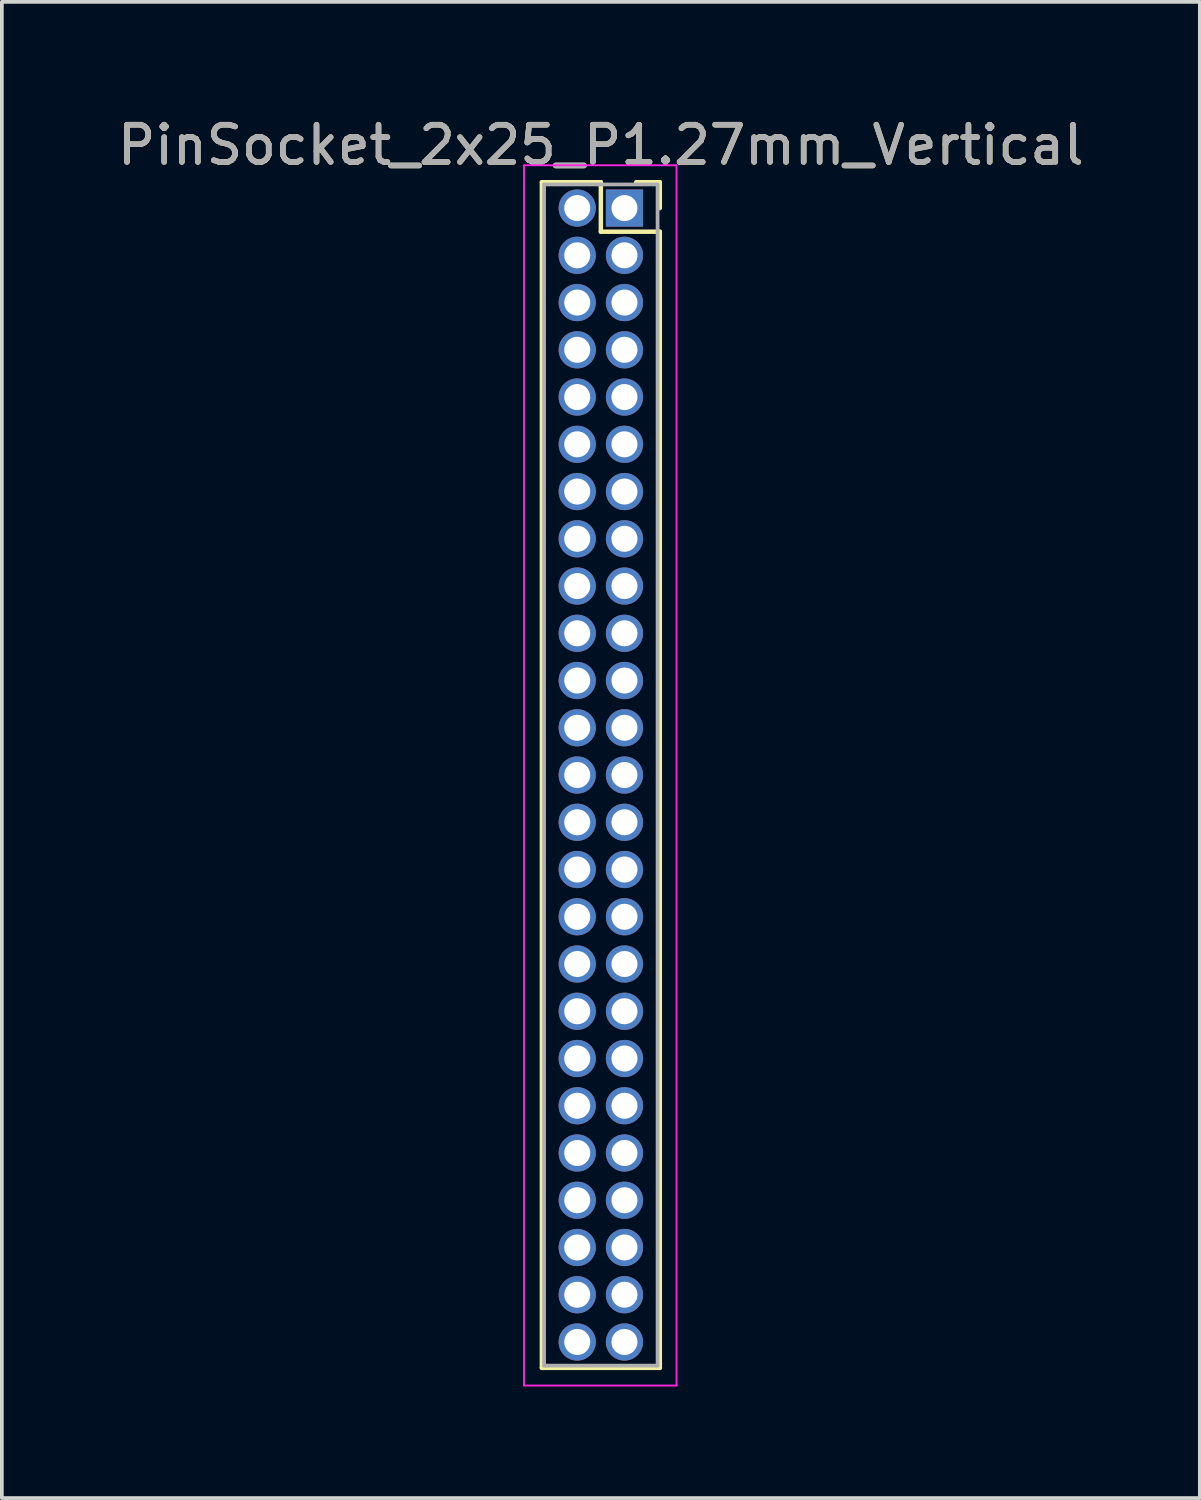
<source format=kicad_pcb>
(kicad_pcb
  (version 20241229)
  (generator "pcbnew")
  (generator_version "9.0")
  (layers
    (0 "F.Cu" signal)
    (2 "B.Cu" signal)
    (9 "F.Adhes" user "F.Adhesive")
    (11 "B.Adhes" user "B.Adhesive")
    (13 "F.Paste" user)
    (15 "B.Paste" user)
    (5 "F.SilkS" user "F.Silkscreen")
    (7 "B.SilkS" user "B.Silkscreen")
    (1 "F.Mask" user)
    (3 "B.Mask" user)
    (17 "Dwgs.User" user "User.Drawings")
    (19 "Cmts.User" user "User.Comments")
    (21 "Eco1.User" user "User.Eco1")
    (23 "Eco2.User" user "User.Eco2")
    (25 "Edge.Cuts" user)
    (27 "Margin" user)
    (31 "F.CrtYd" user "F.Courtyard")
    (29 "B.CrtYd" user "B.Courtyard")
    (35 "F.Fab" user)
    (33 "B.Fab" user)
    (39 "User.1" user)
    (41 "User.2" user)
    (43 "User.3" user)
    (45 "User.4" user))
  (footprint "PinSocket_2x25_P1.27mm_Vertical"
    (layer "F.Cu")
    (at 13.736 2.543)
    (property "Reference" "PinSocket_2x25_P1.27mm_Vertical" (at -0.635 -1.695 0) (layer "F.SilkS") (effects (font (size 1 1) (thickness 0.15))))
    (attr through_hole)
    (fp_line (start -2.22 -0.695) (end -0.635 -0.695) (stroke (width 0.12) (type solid)) (layer "F.SilkS"))
    (fp_line (start -2.22 31.175) (end -2.22 -0.695) (stroke (width 0.12) (type solid)) (layer "F.SilkS"))
    (fp_line (start -0.635 -0.695) (end -0.635 0.635) (stroke (width 0.12) (type solid)) (layer "F.SilkS"))
    (fp_line (start -0.635 0.635) (end 0.95 0.635) (stroke (width 0.12) (type solid)) (layer "F.SilkS"))
    (fp_line (start 0.95 -0.695) (end 0.315 -0.695) (stroke (width 0.12) (type solid)) (layer "F.SilkS"))
    (fp_line (start 0.95 0) (end 0.95 -0.695) (stroke (width 0.12) (type solid)) (layer "F.SilkS"))
    (fp_line (start 0.95 0.635) (end 0.95 31.175) (stroke (width 0.12) (type solid)) (layer "F.SilkS"))
    (fp_line (start 0.95 31.175) (end -2.22 31.175) (stroke (width 0.12) (type solid)) (layer "F.SilkS"))
    (fp_line (start -2.7 -1.15) (end -2.7 31.65) (stroke (width 0.05) (type solid)) (layer "F.CrtYd"))
    (fp_line (start -2.7 31.65) (end 1.4 31.65) (stroke (width 0.05) (type solid)) (layer "F.CrtYd"))
    (fp_line (start 1.4 -1.15) (end -2.7 -1.15) (stroke (width 0.05) (type solid)) (layer "F.CrtYd"))
    (fp_line (start 1.4 31.65) (end 1.4 -1.15) (stroke (width 0.05) (type solid)) (layer "F.CrtYd"))
    (fp_line (start -2.16 -0.635) (end -2.16 31.115) (stroke (width 0.1) (type solid)) (layer "F.Fab"))
    (fp_line (start -2.16 31.115) (end 0.89 31.115) (stroke (width 0.1) (type solid)) (layer "F.Fab"))
    (fp_line (start 0.89 -0.635) (end -2.16 -0.635) (stroke (width 0.1) (type solid)) (layer "F.Fab"))
    (fp_line (start 0.89 31.115) (end 0.89 -0.635) (stroke (width 0.1) (type solid)) (layer "F.Fab"))
    (fp_text user "${REFERENCE}" (at -0.635 -1.695 0) (layer "F.Fab") (effects (font (size 1 1) (thickness 0.15))))
    (pad "1" thru_hole rect (at 0 0) (size 1 1) (drill 0.7) (layers "*.Cu" "*.Mask"))
    (pad "2" thru_hole oval (at -1.27 0) (size 1 1) (drill 0.7) (layers "*.Cu" "*.Mask"))
    (pad "3" thru_hole oval (at 0 1.27) (size 1 1) (drill 0.7) (layers "*.Cu" "*.Mask"))
    (pad "4" thru_hole oval (at -1.27 1.27) (size 1 1) (drill 0.7) (layers "*.Cu" "*.Mask"))
    (pad "5" thru_hole oval (at 0 2.54) (size 1 1) (drill 0.7) (layers "*.Cu" "*.Mask"))
    (pad "6" thru_hole oval (at -1.27 2.54) (size 1 1) (drill 0.7) (layers "*.Cu" "*.Mask"))
    (pad "7" thru_hole oval (at 0 3.81) (size 1 1) (drill 0.7) (layers "*.Cu" "*.Mask"))
    (pad "8" thru_hole oval (at -1.27 3.81) (size 1 1) (drill 0.7) (layers "*.Cu" "*.Mask"))
    (pad "9" thru_hole oval (at 0 5.08) (size 1 1) (drill 0.7) (layers "*.Cu" "*.Mask"))
    (pad "10" thru_hole oval (at -1.27 5.08) (size 1 1) (drill 0.7) (layers "*.Cu" "*.Mask"))
    (pad "11" thru_hole oval (at 0 6.35) (size 1 1) (drill 0.7) (layers "*.Cu" "*.Mask"))
    (pad "12" thru_hole oval (at -1.27 6.35) (size 1 1) (drill 0.7) (layers "*.Cu" "*.Mask"))
    (pad "13" thru_hole oval (at 0 7.62) (size 1 1) (drill 0.7) (layers "*.Cu" "*.Mask"))
    (pad "14" thru_hole oval (at -1.27 7.62) (size 1 1) (drill 0.7) (layers "*.Cu" "*.Mask"))
    (pad "15" thru_hole oval (at 0 8.89) (size 1 1) (drill 0.7) (layers "*.Cu" "*.Mask"))
    (pad "16" thru_hole oval (at -1.27 8.89) (size 1 1) (drill 0.7) (layers "*.Cu" "*.Mask"))
    (pad "17" thru_hole oval (at 0 10.16) (size 1 1) (drill 0.7) (layers "*.Cu" "*.Mask"))
    (pad "18" thru_hole oval (at -1.27 10.16) (size 1 1) (drill 0.7) (layers "*.Cu" "*.Mask"))
    (pad "19" thru_hole oval (at 0 11.43) (size 1 1) (drill 0.7) (layers "*.Cu" "*.Mask"))
    (pad "20" thru_hole oval (at -1.27 11.43) (size 1 1) (drill 0.7) (layers "*.Cu" "*.Mask"))
    (pad "21" thru_hole oval (at 0 12.7) (size 1 1) (drill 0.7) (layers "*.Cu" "*.Mask"))
    (pad "22" thru_hole oval (at -1.27 12.7) (size 1 1) (drill 0.7) (layers "*.Cu" "*.Mask"))
    (pad "23" thru_hole oval (at 0 13.97) (size 1 1) (drill 0.7) (layers "*.Cu" "*.Mask"))
    (pad "24" thru_hole oval (at -1.27 13.97) (size 1 1) (drill 0.7) (layers "*.Cu" "*.Mask"))
    (pad "25" thru_hole oval (at 0 15.24) (size 1 1) (drill 0.7) (layers "*.Cu" "*.Mask"))
    (pad "26" thru_hole oval (at -1.27 15.24) (size 1 1) (drill 0.7) (layers "*.Cu" "*.Mask"))
    (pad "27" thru_hole oval (at 0 16.51) (size 1 1) (drill 0.7) (layers "*.Cu" "*.Mask"))
    (pad "28" thru_hole oval (at -1.27 16.51) (size 1 1) (drill 0.7) (layers "*.Cu" "*.Mask"))
    (pad "29" thru_hole oval (at 0 17.78) (size 1 1) (drill 0.7) (layers "*.Cu" "*.Mask"))
    (pad "30" thru_hole oval (at -1.27 17.78) (size 1 1) (drill 0.7) (layers "*.Cu" "*.Mask"))
    (pad "31" thru_hole oval (at 0 19.05) (size 1 1) (drill 0.7) (layers "*.Cu" "*.Mask"))
    (pad "32" thru_hole oval (at -1.27 19.05) (size 1 1) (drill 0.7) (layers "*.Cu" "*.Mask"))
    (pad "33" thru_hole oval (at 0 20.32) (size 1 1) (drill 0.7) (layers "*.Cu" "*.Mask"))
    (pad "34" thru_hole oval (at -1.27 20.32) (size 1 1) (drill 0.7) (layers "*.Cu" "*.Mask"))
    (pad "35" thru_hole oval (at 0 21.59) (size 1 1) (drill 0.7) (layers "*.Cu" "*.Mask"))
    (pad "36" thru_hole oval (at -1.27 21.59) (size 1 1) (drill 0.7) (layers "*.Cu" "*.Mask"))
    (pad "37" thru_hole oval (at 0 22.86) (size 1 1) (drill 0.7) (layers "*.Cu" "*.Mask"))
    (pad "38" thru_hole oval (at -1.27 22.86) (size 1 1) (drill 0.7) (layers "*.Cu" "*.Mask"))
    (pad "39" thru_hole oval (at 0 24.13) (size 1 1) (drill 0.7) (layers "*.Cu" "*.Mask"))
    (pad "40" thru_hole oval (at -1.27 24.13) (size 1 1) (drill 0.7) (layers "*.Cu" "*.Mask"))
    (pad "41" thru_hole oval (at 0 25.4) (size 1 1) (drill 0.7) (layers "*.Cu" "*.Mask"))
    (pad "42" thru_hole oval (at -1.27 25.4) (size 1 1) (drill 0.7) (layers "*.Cu" "*.Mask"))
    (pad "43" thru_hole oval (at 0 26.67) (size 1 1) (drill 0.7) (layers "*.Cu" "*.Mask"))
    (pad "44" thru_hole oval (at -1.27 26.67) (size 1 1) (drill 0.7) (layers "*.Cu" "*.Mask"))
    (pad "45" thru_hole oval (at 0 27.94) (size 1 1) (drill 0.7) (layers "*.Cu" "*.Mask"))
    (pad "46" thru_hole oval (at -1.27 27.94) (size 1 1) (drill 0.7) (layers "*.Cu" "*.Mask"))
    (pad "47" thru_hole oval (at 0 29.21) (size 1 1) (drill 0.7) (layers "*.Cu" "*.Mask"))
    (pad "48" thru_hole oval (at -1.27 29.21) (size 1 1) (drill 0.7) (layers "*.Cu" "*.Mask"))
    (pad "49" thru_hole oval (at 0 30.48) (size 1 1) (drill 0.7) (layers "*.Cu" "*.Mask"))
    (pad "50" thru_hole oval (at -1.27 30.48) (size 1 1) (drill 0.7) (layers "*.Cu" "*.Mask")))
  (gr_rect
    (start -3 -3)
    (end 29.202 37.218)
    (stroke (width 0.1) (type default))
    (fill no)
    (layer "Edge.Cuts")))
</source>
